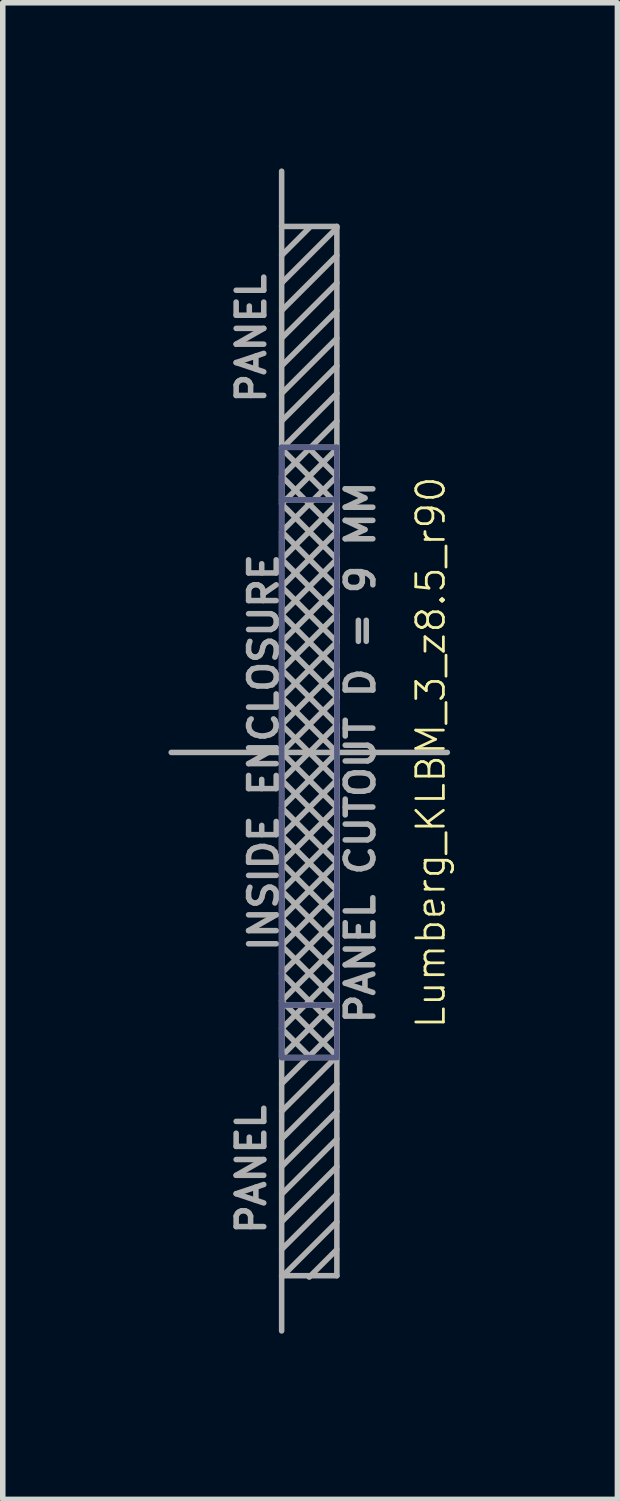
<source format=kicad_pcb>
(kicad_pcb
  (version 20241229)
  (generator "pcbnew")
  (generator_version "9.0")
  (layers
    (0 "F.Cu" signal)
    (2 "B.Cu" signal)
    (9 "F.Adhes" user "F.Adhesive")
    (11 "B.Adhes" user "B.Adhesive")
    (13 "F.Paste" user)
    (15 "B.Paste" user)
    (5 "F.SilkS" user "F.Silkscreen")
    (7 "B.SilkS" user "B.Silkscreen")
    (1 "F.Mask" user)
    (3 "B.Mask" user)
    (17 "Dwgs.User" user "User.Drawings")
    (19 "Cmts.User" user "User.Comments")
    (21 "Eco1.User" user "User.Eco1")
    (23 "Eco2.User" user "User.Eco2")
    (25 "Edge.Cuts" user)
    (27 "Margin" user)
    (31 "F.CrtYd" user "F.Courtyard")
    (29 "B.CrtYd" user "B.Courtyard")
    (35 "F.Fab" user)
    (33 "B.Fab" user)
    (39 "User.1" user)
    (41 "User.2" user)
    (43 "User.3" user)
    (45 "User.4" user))
  (footprint "Lumberg_KLBM_3_z8.5_r90"
    (layer "F.Cu")
    (at 2.05 10.575)
    (property "Reference" "Lumberg_KLBM_3_z8.5_r90" (at 2.7 0 90) (layer "F.SilkS") (effects (font (size 0.5 0.5) (thickness 0.05))))
    (attr through_hole)
    (fp_line (start 0 -5.525) (end 0 -5.5) (stroke (width 0.1) (type solid)) (layer "B.Fab"))
    (fp_line (start 0 -5.5) (end 0 -4.5) (stroke (width 0.1) (type solid)) (layer "B.Fab"))
    (fp_line (start 0 -4.575) (end 1 -4.575) (stroke (width 0.1) (type solid)) (layer "B.Fab"))
    (fp_line (start 0 4.5) (end 0 -5.5) (stroke (width 0.1) (type solid)) (layer "B.Fab"))
    (fp_line (start 0 4.575) (end 1 4.575) (stroke (width 0.1) (type solid)) (layer "B.Fab"))
    (fp_line (start 0 5.5) (end 0 4.5) (stroke (width 0.1) (type solid)) (layer "B.Fab"))
    (fp_line (start 0 5.525) (end 0 5.45) (stroke (width 0.1) (type solid)) (layer "B.Fab"))
    (fp_line (start 1 -5.525) (end 0 -5.525) (stroke (width 0.1) (type solid)) (layer "B.Fab"))
    (fp_line (start 1 -5.5) (end 1 -5.525) (stroke (width 0.1) (type solid)) (layer "B.Fab"))
    (fp_line (start 1 -5.5) (end 1 5.5) (stroke (width 0.1) (type solid)) (layer "B.Fab"))
    (fp_line (start 1 5.525) (end 0 5.525) (stroke (width 0.1) (type solid)) (layer "B.Fab"))
    (fp_line (start -2 0) (end 3 0) (stroke (width 0.1) (type solid)) (layer "F.Fab"))
    (fp_line (start 0 -9.525) (end 0 -10.525) (stroke (width 0.1) (type solid)) (layer "F.Fab"))
    (fp_line (start 0 -9.525) (end 1 -9.525) (stroke (width 0.1) (type solid)) (layer "F.Fab"))
    (fp_line (start 0 -9) (end 0.5 -9.5) (stroke (width 0.1) (type solid)) (layer "F.Fab"))
    (fp_line (start 0 -6.5) (end 1 -7.5) (stroke (width 0.1) (type solid)) (layer "F.Fab"))
    (fp_line (start 0 -5.525) (end 1 -5.525) (stroke (width 0.1) (type solid)) (layer "F.Fab"))
    (fp_line (start 0 -5.5) (end 1 -6.5) (stroke (width 0.1) (type solid)) (layer "F.Fab"))
    (fp_line (start 0 -5.5) (end 1 -4.5) (stroke (width 0.1) (type solid)) (layer "F.Fab"))
    (fp_line (start 0 -5) (end 0.5 -5.5) (stroke (width 0.1) (type solid)) (layer "F.Fab"))
    (fp_line (start 0 -5) (end 1 -4) (stroke (width 0.1) (type solid)) (layer "F.Fab"))
    (fp_line (start 0 -4.575) (end 1 -4.575) (stroke (width 0.1) (type solid)) (layer "F.Fab"))
    (fp_line (start 0 -4.5) (end 0 -5) (stroke (width 0.1) (type solid)) (layer "F.Fab"))
    (fp_line (start 0 -4.5) (end 1 -3.5) (stroke (width 0.1) (type solid)) (layer "F.Fab"))
    (fp_line (start 0 -4) (end 1 -5) (stroke (width 0.1) (type solid)) (layer "F.Fab"))
    (fp_line (start 0 -4) (end 1 -3) (stroke (width 0.1) (type solid)) (layer "F.Fab"))
    (fp_line (start 0 -3.5) (end 0 -4) (stroke (width 0.1) (type solid)) (layer "F.Fab"))
    (fp_line (start 0 -3.5) (end 1 -2.5) (stroke (width 0.1) (type solid)) (layer "F.Fab"))
    (fp_line (start 0 -3) (end 1 -4) (stroke (width 0.1) (type solid)) (layer "F.Fab"))
    (fp_line (start 0 -3) (end 1 -2) (stroke (width 0.1) (type solid)) (layer "F.Fab"))
    (fp_line (start 0 -2.5) (end 0 -3) (stroke (width 0.1) (type solid)) (layer "F.Fab"))
    (fp_line (start 0 -2) (end 1 -3) (stroke (width 0.1) (type solid)) (layer "F.Fab"))
    (fp_line (start 0 -2) (end 1 -1) (stroke (width 0.1) (type solid)) (layer "F.Fab"))
    (fp_line (start 0 -1.5) (end 0 -2) (stroke (width 0.1) (type solid)) (layer "F.Fab"))
    (fp_line (start 0 -1.5) (end 1 -0.5) (stroke (width 0.1) (type solid)) (layer "F.Fab"))
    (fp_line (start 0 -1) (end 1 -2) (stroke (width 0.1) (type solid)) (layer "F.Fab"))
    (fp_line (start 0 -0.5) (end 0 -1) (stroke (width 0.1) (type solid)) (layer "F.Fab"))
    (fp_line (start 0 -0.5) (end 0 0) (stroke (width 0.1) (type solid)) (layer "F.Fab"))
    (fp_line (start 0 0) (end 1 -1) (stroke (width 0.1) (type solid)) (layer "F.Fab"))
    (fp_line (start 0 0) (end 1 1) (stroke (width 0.1) (type solid)) (layer "F.Fab"))
    (fp_line (start 0 0.5) (end 0 0) (stroke (width 0.1) (type solid)) (layer "F.Fab"))
    (fp_line (start 0 1) (end 1 0) (stroke (width 0.1) (type solid)) (layer "F.Fab"))
    (fp_line (start 0 1) (end 1 2) (stroke (width 0.1) (type solid)) (layer "F.Fab"))
    (fp_line (start 0 1.5) (end 0 1) (stroke (width 0.1) (type solid)) (layer "F.Fab"))
    (fp_line (start 0 1.5) (end 0 2) (stroke (width 0.1) (type solid)) (layer "F.Fab"))
    (fp_line (start 0 2) (end 1 1) (stroke (width 0.1) (type solid)) (layer "F.Fab"))
    (fp_line (start 0 2) (end 1 3) (stroke (width 0.1) (type solid)) (layer "F.Fab"))
    (fp_line (start 0 2.5) (end 0 2) (stroke (width 0.1) (type solid)) (layer "F.Fab"))
    (fp_line (start 0 2.5) (end 0 3) (stroke (width 0.1) (type solid)) (layer "F.Fab"))
    (fp_line (start 0 3) (end 1 2) (stroke (width 0.1) (type solid)) (layer "F.Fab"))
    (fp_line (start 0 3) (end 1 4) (stroke (width 0.1) (type solid)) (layer "F.Fab"))
    (fp_line (start 0 3.5) (end 0 3) (stroke (width 0.1) (type solid)) (layer "F.Fab"))
    (fp_line (start 0 3.5) (end 0 4) (stroke (width 0.1) (type solid)) (layer "F.Fab"))
    (fp_line (start 0 4) (end 1 3) (stroke (width 0.1) (type solid)) (layer "F.Fab"))
    (fp_line (start 0 4) (end 1 5) (stroke (width 0.1) (type solid)) (layer "F.Fab"))
    (fp_line (start 0 4.5) (end 0 4) (stroke (width 0.1) (type solid)) (layer "F.Fab"))
    (fp_line (start 0 4.5) (end 0 5) (stroke (width 0.1) (type solid)) (layer "F.Fab"))
    (fp_line (start 0 4.575) (end 1 4.575) (stroke (width 0.1) (type solid)) (layer "F.Fab"))
    (fp_line (start 0 5) (end 0.5 5.5) (stroke (width 0.1) (type solid)) (layer "F.Fab"))
    (fp_line (start 0 5) (end 1 4) (stroke (width 0.1) (type solid)) (layer "F.Fab"))
    (fp_line (start 0 5.5) (end 0 5) (stroke (width 0.1) (type solid)) (layer "F.Fab"))
    (fp_line (start 0 5.525) (end 1 5.525) (stroke (width 0.1) (type solid)) (layer "F.Fab"))
    (fp_line (start 0 7) (end 1 6) (stroke (width 0.1) (type solid)) (layer "F.Fab"))
    (fp_line (start 0 8) (end 1 7) (stroke (width 0.1) (type solid)) (layer "F.Fab"))
    (fp_line (start 0 9) (end 1 8) (stroke (width 0.1) (type solid)) (layer "F.Fab"))
    (fp_line (start 0 9.475) (end 0 -9.525) (stroke (width 0.1) (type solid)) (layer "F.Fab"))
    (fp_line (start 0 9.475) (end 0 10.475) (stroke (width 0.1) (type solid)) (layer "F.Fab"))
    (fp_line (start 0.5 -5.5) (end 1 -5) (stroke (width 0.1) (type solid)) (layer "F.Fab"))
    (fp_line (start 0.5 5.5) (end 0 6) (stroke (width 0.1) (type solid)) (layer "F.Fab"))
    (fp_line (start 0.5 5.5) (end 1 5) (stroke (width 0.1) (type solid)) (layer "F.Fab"))
    (fp_line (start 0.5 9.5) (end 1 9) (stroke (width 0.1) (type solid)) (layer "F.Fab"))
    (fp_line (start 1 -9.525) (end 1 9.475) (stroke (width 0.1) (type solid)) (layer "F.Fab"))
    (fp_line (start 1 -9.5) (end 0 -8.5) (stroke (width 0.1) (type solid)) (layer "F.Fab"))
    (fp_line (start 1 -9) (end 0 -8) (stroke (width 0.1) (type solid)) (layer "F.Fab"))
    (fp_line (start 1 -8.5) (end 0 -7.5) (stroke (width 0.1) (type solid)) (layer "F.Fab"))
    (fp_line (start 1 -8) (end 0 -7) (stroke (width 0.1) (type solid)) (layer "F.Fab"))
    (fp_line (start 1 -7) (end 0 -6) (stroke (width 0.1) (type solid)) (layer "F.Fab"))
    (fp_line (start 1 -6) (end 0.5 -5.5) (stroke (width 0.1) (type solid)) (layer "F.Fab"))
    (fp_line (start 1 -5.5) (end 0 -4.5) (stroke (width 0.1) (type solid)) (layer "F.Fab"))
    (fp_line (start 1 -5) (end 1 -5.5) (stroke (width 0.1) (type solid)) (layer "F.Fab"))
    (fp_line (start 1 -4.5) (end 0 -3.5) (stroke (width 0.1) (type solid)) (layer "F.Fab"))
    (fp_line (start 1 -4) (end 1 -4.5) (stroke (width 0.1) (type solid)) (layer "F.Fab"))
    (fp_line (start 1 -3.5) (end 0 -2.5) (stroke (width 0.1) (type solid)) (layer "F.Fab"))
    (fp_line (start 1 -3) (end 1 -3.5) (stroke (width 0.1) (type solid)) (layer "F.Fab"))
    (fp_line (start 1 -2.5) (end 0 -1.5) (stroke (width 0.1) (type solid)) (layer "F.Fab"))
    (fp_line (start 1 -2) (end 1 -2.5) (stroke (width 0.1) (type solid)) (layer "F.Fab"))
    (fp_line (start 1 -1.5) (end 0 -2.5) (stroke (width 0.1) (type solid)) (layer "F.Fab"))
    (fp_line (start 1 -1.5) (end 0 -0.5) (stroke (width 0.1) (type solid)) (layer "F.Fab"))
    (fp_line (start 1 -1) (end 1 -1.5) (stroke (width 0.1) (type solid)) (layer "F.Fab"))
    (fp_line (start 1 -0.5) (end 0 0.5) (stroke (width 0.1) (type solid)) (layer "F.Fab"))
    (fp_line (start 1 -0.5) (end 1 0) (stroke (width 0.1) (type solid)) (layer "F.Fab"))
    (fp_line (start 1 0) (end 0 -1) (stroke (width 0.1) (type solid)) (layer "F.Fab"))
    (fp_line (start 1 0) (end 1 -0.5) (stroke (width 0.1) (type solid)) (layer "F.Fab"))
    (fp_line (start 1 0.5) (end 0 -0.5) (stroke (width 0.1) (type solid)) (layer "F.Fab"))
    (fp_line (start 1 0.5) (end 0 1.5) (stroke (width 0.1) (type solid)) (layer "F.Fab"))
    (fp_line (start 1 1) (end 1 0.5) (stroke (width 0.1) (type solid)) (layer "F.Fab"))
    (fp_line (start 1 1) (end 1 1.5) (stroke (width 0.1) (type solid)) (layer "F.Fab"))
    (fp_line (start 1 1.5) (end 0 0.5) (stroke (width 0.1) (type solid)) (layer "F.Fab"))
    (fp_line (start 1 1.5) (end 0 2.5) (stroke (width 0.1) (type solid)) (layer "F.Fab"))
    (fp_line (start 1 2) (end 1 1.5) (stroke (width 0.1) (type solid)) (layer "F.Fab"))
    (fp_line (start 1 2) (end 1 2.5) (stroke (width 0.1) (type solid)) (layer "F.Fab"))
    (fp_line (start 1 2.5) (end 0 1.5) (stroke (width 0.1) (type solid)) (layer "F.Fab"))
    (fp_line (start 1 2.5) (end 0 3.5) (stroke (width 0.1) (type solid)) (layer "F.Fab"))
    (fp_line (start 1 3) (end 1 2.5) (stroke (width 0.1) (type solid)) (layer "F.Fab"))
    (fp_line (start 1 3) (end 1 3.5) (stroke (width 0.1) (type solid)) (layer "F.Fab"))
    (fp_line (start 1 3.5) (end 0 2.5) (stroke (width 0.1) (type solid)) (layer "F.Fab"))
    (fp_line (start 1 3.5) (end 0 4.5) (stroke (width 0.1) (type solid)) (layer "F.Fab"))
    (fp_line (start 1 4) (end 1 3.5) (stroke (width 0.1) (type solid)) (layer "F.Fab"))
    (fp_line (start 1 4) (end 1 4.5) (stroke (width 0.1) (type solid)) (layer "F.Fab"))
    (fp_line (start 1 4.5) (end 0 3.5) (stroke (width 0.1) (type solid)) (layer "F.Fab"))
    (fp_line (start 1 4.5) (end 0 5.5) (stroke (width 0.1) (type solid)) (layer "F.Fab"))
    (fp_line (start 1 5) (end 1 4.5) (stroke (width 0.1) (type solid)) (layer "F.Fab"))
    (fp_line (start 1 5) (end 1 5.5) (stroke (width 0.1) (type solid)) (layer "F.Fab"))
    (fp_line (start 1 5.5) (end 0 4.5) (stroke (width 0.1) (type solid)) (layer "F.Fab"))
    (fp_line (start 1 5.5) (end 0 6.5) (stroke (width 0.1) (type solid)) (layer "F.Fab"))
    (fp_line (start 1 6.5) (end 0 7.5) (stroke (width 0.1) (type solid)) (layer "F.Fab"))
    (fp_line (start 1 7.5) (end 0 8.5) (stroke (width 0.1) (type solid)) (layer "F.Fab"))
    (fp_line (start 1 8.5) (end 0 9.5) (stroke (width 0.1) (type solid)) (layer "F.Fab"))
    (fp_line (start 1 9.475) (end 0 9.475) (stroke (width 0.1) (type solid)) (layer "F.Fab"))
    (fp_text user "PANEL CUTOUT D = 9 MM" (at 1.425 0 90) (layer "F.Fab") (effects (font (size 0.5 0.5) (thickness 0.1))))
    (fp_text user "PANEL" (at -0.55 7.55 90) (layer "F.Fab") (effects (font (size 0.5 0.5) (thickness 0.1))))
    (fp_text user "INSIDE ENCLOSURE" (at -0.325 0 90) (layer "F.Fab") (effects (font (size 0.5 0.5) (thickness 0.1))))
    (fp_text user "PANEL" (at -0.55 -7.5 90) (layer "F.Fab") (effects (font (size 0.5 0.5) (thickness 0.1)))))
  (gr_rect
    (start -3 -3)
    (end 8.13 24.1)
    (stroke (width 0.1) (type default))
    (fill no)
    (layer "Edge.Cuts")))
</source>
